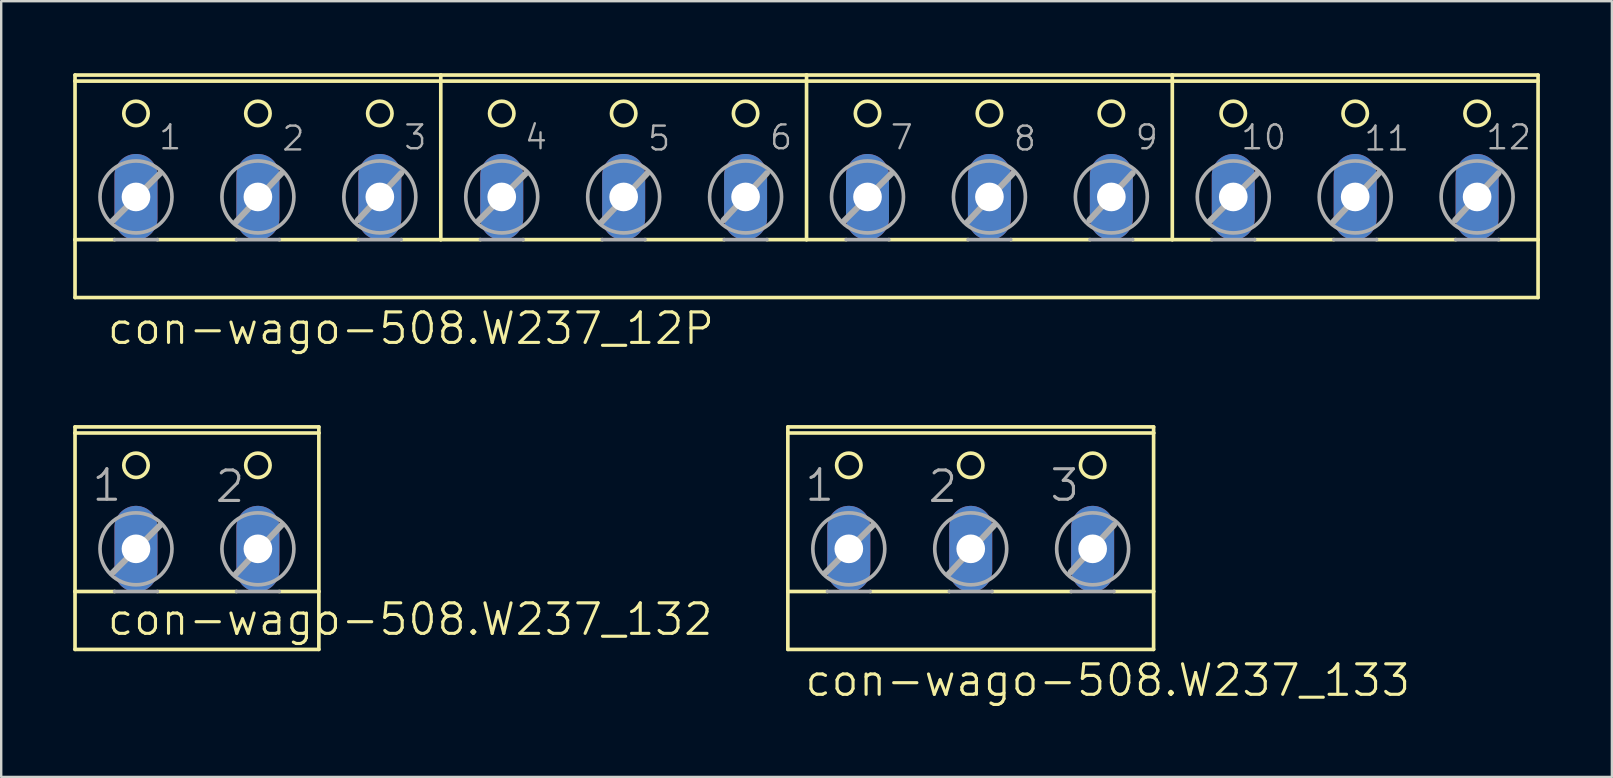
<source format=kicad_pcb>
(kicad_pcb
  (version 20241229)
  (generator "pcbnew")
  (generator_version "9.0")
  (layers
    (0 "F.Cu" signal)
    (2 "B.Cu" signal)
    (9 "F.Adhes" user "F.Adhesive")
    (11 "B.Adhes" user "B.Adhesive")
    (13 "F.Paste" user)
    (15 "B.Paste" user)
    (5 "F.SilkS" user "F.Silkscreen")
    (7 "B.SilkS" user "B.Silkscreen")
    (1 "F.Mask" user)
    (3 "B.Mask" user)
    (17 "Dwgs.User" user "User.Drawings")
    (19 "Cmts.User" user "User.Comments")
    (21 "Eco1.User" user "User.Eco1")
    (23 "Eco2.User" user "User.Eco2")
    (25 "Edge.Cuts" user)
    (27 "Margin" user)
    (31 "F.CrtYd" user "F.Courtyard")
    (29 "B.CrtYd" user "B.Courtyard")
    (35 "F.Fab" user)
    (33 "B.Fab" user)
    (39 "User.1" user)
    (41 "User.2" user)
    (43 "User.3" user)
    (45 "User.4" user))
  (footprint "con-wago-508.W237_12P"
    (layer "F.Cu")
    (at 30.556 4.521)
    (property "Reference" "con-wago-508.W237_12P" (at -29.21 6.858 0) (layer "F.SilkS") (effects (font (size 1.27 1.27) (thickness 0.13)) (justify left bottom)))
    (attr through_hole)
    (fp_line (start -30.48 -4.191) (end -30.48 -4.445) (stroke (width 0.152) (type default)) (layer "F.SilkS"))
    (fp_line (start -30.48 2.413) (end -30.48 -4.191) (stroke (width 0.152) (type default)) (layer "F.SilkS"))
    (fp_line (start -30.48 2.413) (end -28.829 2.413) (stroke (width 0.152) (type default)) (layer "F.SilkS"))
    (fp_line (start -30.48 4.826) (end -30.48 2.413) (stroke (width 0.152) (type default)) (layer "F.SilkS"))
    (fp_line (start -30.48 4.826) (end 30.48 4.826) (stroke (width 0.152) (type default)) (layer "F.SilkS"))
    (fp_line (start -27.051 2.413) (end -23.749 2.413) (stroke (width 0.152) (type default)) (layer "F.SilkS"))
    (fp_line (start -21.971 2.413) (end -18.669 2.413) (stroke (width 0.152) (type default)) (layer "F.SilkS"))
    (fp_line (start -16.891 2.413) (end -15.24 2.413) (stroke (width 0.152) (type default)) (layer "F.SilkS"))
    (fp_line (start -15.24 -4.445) (end -30.48 -4.445) (stroke (width 0.152) (type default)) (layer "F.SilkS"))
    (fp_line (start -15.24 -4.445) (end -15.24 2.413) (stroke (width 0.152) (type default)) (layer "F.SilkS"))
    (fp_line (start -15.24 2.413) (end -13.589 2.413) (stroke (width 0.152) (type default)) (layer "F.SilkS"))
    (fp_line (start -11.811 2.413) (end -8.509 2.413) (stroke (width 0.152) (type default)) (layer "F.SilkS"))
    (fp_line (start -6.731 2.413) (end -3.429 2.413) (stroke (width 0.152) (type default)) (layer "F.SilkS"))
    (fp_line (start -1.651 2.413) (end 0 2.413) (stroke (width 0.152) (type default)) (layer "F.SilkS"))
    (fp_line (start 0 -4.445) (end -15.24 -4.445) (stroke (width 0.152) (type default)) (layer "F.SilkS"))
    (fp_line (start 0 -4.445) (end 0 2.413) (stroke (width 0.152) (type default)) (layer "F.SilkS"))
    (fp_line (start 0 2.413) (end 1.651 2.413) (stroke (width 0.152) (type default)) (layer "F.SilkS"))
    (fp_line (start 3.429 2.413) (end 6.731 2.413) (stroke (width 0.152) (type default)) (layer "F.SilkS"))
    (fp_line (start 8.509 2.413) (end 11.811 2.413) (stroke (width 0.152) (type default)) (layer "F.SilkS"))
    (fp_line (start 13.589 2.413) (end 15.24 2.413) (stroke (width 0.152) (type default)) (layer "F.SilkS"))
    (fp_line (start 15.24 -4.445) (end 0 -4.445) (stroke (width 0.152) (type default)) (layer "F.SilkS"))
    (fp_line (start 15.24 -4.445) (end 15.24 2.413) (stroke (width 0.152) (type default)) (layer "F.SilkS"))
    (fp_line (start 15.24 2.413) (end 16.891 2.413) (stroke (width 0.152) (type default)) (layer "F.SilkS"))
    (fp_line (start 18.669 2.413) (end 21.971 2.413) (stroke (width 0.152) (type default)) (layer "F.SilkS"))
    (fp_line (start 23.749 2.413) (end 27.051 2.413) (stroke (width 0.152) (type default)) (layer "F.SilkS"))
    (fp_line (start 28.829 2.413) (end 30.48 2.413) (stroke (width 0.152) (type default)) (layer "F.SilkS"))
    (fp_line (start 30.48 -4.445) (end 15.24 -4.445) (stroke (width 0.152) (type default)) (layer "F.SilkS"))
    (fp_line (start 30.48 -4.445) (end 30.48 -4.191) (stroke (width 0.152) (type default)) (layer "F.SilkS"))
    (fp_line (start 30.48 -4.191) (end -30.48 -4.191) (stroke (width 0.152) (type default)) (layer "F.SilkS"))
    (fp_line (start 30.48 -4.191) (end 30.48 2.413) (stroke (width 0.152) (type default)) (layer "F.SilkS"))
    (fp_line (start 30.48 2.413) (end 30.48 4.826) (stroke (width 0.152) (type default)) (layer "F.SilkS"))
    (fp_circle (center -27.94 -2.845) (end -27.432 -2.845) (stroke (width 0.152) (type default)) (fill no) (layer "F.SilkS"))
    (fp_circle (center -22.86 -2.845) (end -22.352 -2.845) (stroke (width 0.152) (type default)) (fill no) (layer "F.SilkS"))
    (fp_circle (center -17.78 -2.845) (end -17.272 -2.845) (stroke (width 0.152) (type default)) (fill no) (layer "F.SilkS"))
    (fp_circle (center -12.7 -2.845) (end -12.192 -2.845) (stroke (width 0.152) (type default)) (fill no) (layer "F.SilkS"))
    (fp_circle (center -7.62 -2.845) (end -7.112 -2.845) (stroke (width 0.152) (type default)) (fill no) (layer "F.SilkS"))
    (fp_circle (center -2.54 -2.845) (end -2.032 -2.845) (stroke (width 0.152) (type default)) (fill no) (layer "F.SilkS"))
    (fp_circle (center 2.54 -2.845) (end 3.048 -2.845) (stroke (width 0.152) (type default)) (fill no) (layer "F.SilkS"))
    (fp_circle (center 7.62 -2.845) (end 8.128 -2.845) (stroke (width 0.152) (type default)) (fill no) (layer "F.SilkS"))
    (fp_circle (center 12.7 -2.845) (end 13.208 -2.845) (stroke (width 0.152) (type default)) (fill no) (layer "F.SilkS"))
    (fp_circle (center 17.78 -2.845) (end 18.288 -2.845) (stroke (width 0.152) (type default)) (fill no) (layer "F.SilkS"))
    (fp_circle (center 22.86 -2.845) (end 23.368 -2.845) (stroke (width 0.152) (type default)) (fill no) (layer "F.SilkS"))
    (fp_circle (center 27.94 -2.845) (end 28.448 -2.845) (stroke (width 0.152) (type default)) (fill no) (layer "F.SilkS"))
    (fp_line (start -28.931 1.651) (end -26.924 -0.356) (stroke (width 0.254) (type default)) (layer "F.Fab"))
    (fp_line (start -28.829 2.413) (end -27.051 2.413) (stroke (width 0.152) (type default)) (layer "F.Fab"))
    (fp_line (start -23.774 1.676) (end -21.869 -0.356) (stroke (width 0.254) (type default)) (layer "F.Fab"))
    (fp_line (start -23.749 2.413) (end -21.971 2.413) (stroke (width 0.152) (type default)) (layer "F.Fab"))
    (fp_line (start -18.694 1.6) (end -16.891 -0.356) (stroke (width 0.254) (type default)) (layer "F.Fab"))
    (fp_line (start -18.669 2.413) (end -16.891 2.413) (stroke (width 0.152) (type default)) (layer "F.Fab"))
    (fp_line (start -13.691 1.651) (end -11.684 -0.356) (stroke (width 0.254) (type default)) (layer "F.Fab"))
    (fp_line (start -13.589 2.413) (end -11.811 2.413) (stroke (width 0.152) (type default)) (layer "F.Fab"))
    (fp_line (start -8.534 1.676) (end -6.629 -0.356) (stroke (width 0.254) (type default)) (layer "F.Fab"))
    (fp_line (start -8.509 2.413) (end -6.731 2.413) (stroke (width 0.152) (type default)) (layer "F.Fab"))
    (fp_line (start -3.454 1.6) (end -1.651 -0.356) (stroke (width 0.254) (type default)) (layer "F.Fab"))
    (fp_line (start -3.429 2.413) (end -1.651 2.413) (stroke (width 0.152) (type default)) (layer "F.Fab"))
    (fp_line (start 1.549 1.651) (end 3.556 -0.356) (stroke (width 0.254) (type default)) (layer "F.Fab"))
    (fp_line (start 1.651 2.413) (end 3.429 2.413) (stroke (width 0.152) (type default)) (layer "F.Fab"))
    (fp_line (start 6.706 1.676) (end 8.611 -0.356) (stroke (width 0.254) (type default)) (layer "F.Fab"))
    (fp_line (start 6.731 2.413) (end 8.509 2.413) (stroke (width 0.152) (type default)) (layer "F.Fab"))
    (fp_line (start 11.786 1.6) (end 13.589 -0.356) (stroke (width 0.254) (type default)) (layer "F.Fab"))
    (fp_line (start 11.811 2.413) (end 13.589 2.413) (stroke (width 0.152) (type default)) (layer "F.Fab"))
    (fp_line (start 16.789 1.651) (end 18.796 -0.356) (stroke (width 0.254) (type default)) (layer "F.Fab"))
    (fp_line (start 16.891 2.413) (end 18.669 2.413) (stroke (width 0.152) (type default)) (layer "F.Fab"))
    (fp_line (start 21.946 1.676) (end 23.851 -0.356) (stroke (width 0.254) (type default)) (layer "F.Fab"))
    (fp_line (start 21.971 2.413) (end 23.749 2.413) (stroke (width 0.152) (type default)) (layer "F.Fab"))
    (fp_line (start 27.026 1.6) (end 28.829 -0.356) (stroke (width 0.254) (type default)) (layer "F.Fab"))
    (fp_line (start 27.051 2.413) (end 28.829 2.413) (stroke (width 0.152) (type default)) (layer "F.Fab"))
    (fp_circle (center -27.94 0.635) (end -26.441 0.635) (stroke (width 0.152) (type default)) (fill no) (layer "F.Fab"))
    (fp_circle (center -22.86 0.635) (end -21.361 0.635) (stroke (width 0.152) (type default)) (fill no) (layer "F.Fab"))
    (fp_circle (center -17.78 0.635) (end -16.281 0.635) (stroke (width 0.152) (type default)) (fill no) (layer "F.Fab"))
    (fp_circle (center -12.7 0.635) (end -11.201 0.635) (stroke (width 0.152) (type default)) (fill no) (layer "F.Fab"))
    (fp_circle (center -7.62 0.635) (end -6.121 0.635) (stroke (width 0.152) (type default)) (fill no) (layer "F.Fab"))
    (fp_circle (center -2.54 0.635) (end -1.041 0.635) (stroke (width 0.152) (type default)) (fill no) (layer "F.Fab"))
    (fp_circle (center 2.54 0.635) (end 4.039 0.635) (stroke (width 0.152) (type default)) (fill no) (layer "F.Fab"))
    (fp_circle (center 7.62 0.635) (end 9.119 0.635) (stroke (width 0.152) (type default)) (fill no) (layer "F.Fab"))
    (fp_circle (center 12.7 0.635) (end 14.199 0.635) (stroke (width 0.152) (type default)) (fill no) (layer "F.Fab"))
    (fp_circle (center 17.78 0.635) (end 19.279 0.635) (stroke (width 0.152) (type default)) (fill no) (layer "F.Fab"))
    (fp_circle (center 22.86 0.635) (end 24.359 0.635) (stroke (width 0.152) (type default)) (fill no) (layer "F.Fab"))
    (fp_circle (center 27.94 0.635) (end 29.439 0.635) (stroke (width 0.152) (type default)) (fill no) (layer "F.Fab"))
    (fp_text user "10" (at 18.034 -1.27 0) (layer "F.Fab") (effects (font (size 0.991 0.991) (thickness 0.1)) (justify left bottom)))
    (fp_text user "1" (at -27.051 -1.27 0) (layer "F.Fab") (effects (font (size 0.991 0.991) (thickness 0.1)) (justify left bottom)))
    (fp_text user "6" (at -1.6 -1.27 0) (layer "F.Fab") (effects (font (size 0.991 0.991) (thickness 0.1)) (justify left bottom)))
    (fp_text user "8" (at 8.56 -1.219 0) (layer "F.Fab") (effects (font (size 0.991 0.991) (thickness 0.1)) (justify left bottom)))
    (fp_text user "11" (at 23.165 -1.219 0) (layer "F.Fab") (effects (font (size 0.991 0.991) (thickness 0.1)) (justify left bottom)))
    (fp_text user "9" (at 13.64 -1.27 0) (layer "F.Fab") (effects (font (size 0.991 0.991) (thickness 0.1)) (justify left bottom)))
    (fp_text user "5" (at -6.68 -1.219 0) (layer "F.Fab") (effects (font (size 0.991 0.991) (thickness 0.1)) (justify left bottom)))
    (fp_text user "3" (at -16.84 -1.27 0) (layer "F.Fab") (effects (font (size 0.991 0.991) (thickness 0.1)) (justify left bottom)))
    (fp_text user "2" (at -21.92 -1.219 0) (layer "F.Fab") (effects (font (size 0.991 0.991) (thickness 0.1)) (justify left bottom)))
    (fp_text user "4" (at -11.811 -1.27 0) (layer "F.Fab") (effects (font (size 0.991 0.991) (thickness 0.1)) (justify left bottom)))
    (fp_text user "7" (at 3.429 -1.27 0) (layer "F.Fab") (effects (font (size 0.991 0.991) (thickness 0.1)) (justify left bottom)))
    (fp_text user "12" (at 28.245 -1.27 0) (layer "F.Fab") (effects (font (size 0.991 0.991) (thickness 0.1)) (justify left bottom)))
    (pad "1" thru_hole oval (at -27.94 0.635 90) (size 3.581 1.791) (drill 1.194) (layers "*.Cu" "*.Mask"))
    (pad "2" thru_hole oval (at -22.86 0.635 90) (size 3.581 1.791) (drill 1.194) (layers "*.Cu" "*.Mask"))
    (pad "3" thru_hole oval (at -17.78 0.635 90) (size 3.581 1.791) (drill 1.194) (layers "*.Cu" "*.Mask"))
    (pad "4" thru_hole oval (at -12.7 0.635 90) (size 3.581 1.791) (drill 1.194) (layers "*.Cu" "*.Mask"))
    (pad "5" thru_hole oval (at -7.62 0.635 90) (size 3.581 1.791) (drill 1.194) (layers "*.Cu" "*.Mask"))
    (pad "6" thru_hole oval (at -2.54 0.635 90) (size 3.581 1.791) (drill 1.194) (layers "*.Cu" "*.Mask"))
    (pad "7" thru_hole oval (at 2.54 0.635 90) (size 3.581 1.791) (drill 1.194) (layers "*.Cu" "*.Mask"))
    (pad "8" thru_hole oval (at 7.62 0.635 90) (size 3.581 1.791) (drill 1.194) (layers "*.Cu" "*.Mask"))
    (pad "9" thru_hole oval (at 12.7 0.635 90) (size 3.581 1.791) (drill 1.194) (layers "*.Cu" "*.Mask"))
    (pad "10" thru_hole oval (at 17.78 0.635 90) (size 3.581 1.791) (drill 1.194) (layers "*.Cu" "*.Mask"))
    (pad "11" thru_hole oval (at 22.86 0.635 90) (size 3.581 1.791) (drill 1.194) (layers "*.Cu" "*.Mask"))
    (pad "12" thru_hole oval (at 27.94 0.635 90) (size 3.581 1.791) (drill 1.194) (layers "*.Cu" "*.Mask")))
  (footprint "con-wago-508.W237_133"
    (layer "F.Cu")
    (at 37.397 19.183)
    (property "Reference" "con-wago-508.W237_133" (at -6.985 6.858 0) (layer "F.SilkS") (effects (font (size 1.27 1.27) (thickness 0.13)) (justify left bottom)))
    (attr through_hole)
    (fp_line (start -7.62 -4.445) (end 7.62 -4.445) (stroke (width 0.152) (type default)) (layer "F.SilkS"))
    (fp_line (start -7.62 -4.191) (end -7.62 -4.445) (stroke (width 0.152) (type default)) (layer "F.SilkS"))
    (fp_line (start -7.62 2.413) (end -7.62 -4.191) (stroke (width 0.152) (type default)) (layer "F.SilkS"))
    (fp_line (start -7.62 2.413) (end -5.969 2.413) (stroke (width 0.152) (type default)) (layer "F.SilkS"))
    (fp_line (start -7.62 4.826) (end -7.62 2.413) (stroke (width 0.152) (type default)) (layer "F.SilkS"))
    (fp_line (start -7.62 4.826) (end 7.62 4.826) (stroke (width 0.152) (type default)) (layer "F.SilkS"))
    (fp_line (start -4.191 2.413) (end -0.889 2.413) (stroke (width 0.152) (type default)) (layer "F.SilkS"))
    (fp_line (start 0.889 2.413) (end 4.191 2.413) (stroke (width 0.152) (type default)) (layer "F.SilkS"))
    (fp_line (start 5.969 2.413) (end 7.62 2.413) (stroke (width 0.152) (type default)) (layer "F.SilkS"))
    (fp_line (start 7.62 -4.191) (end -7.62 -4.191) (stroke (width 0.152) (type default)) (layer "F.SilkS"))
    (fp_line (start 7.62 -4.191) (end 7.62 -4.445) (stroke (width 0.152) (type default)) (layer "F.SilkS"))
    (fp_line (start 7.62 -4.191) (end 7.62 2.413) (stroke (width 0.152) (type default)) (layer "F.SilkS"))
    (fp_line (start 7.62 2.413) (end 7.62 4.826) (stroke (width 0.152) (type default)) (layer "F.SilkS"))
    (fp_circle (center -5.08 -2.845) (end -4.572 -2.845) (stroke (width 0.152) (type default)) (fill no) (layer "F.SilkS"))
    (fp_circle (center 0 -2.845) (end 0.508 -2.845) (stroke (width 0.152) (type default)) (fill no) (layer "F.SilkS"))
    (fp_circle (center 5.08 -2.845) (end 5.588 -2.845) (stroke (width 0.152) (type default)) (fill no) (layer "F.SilkS"))
    (fp_line (start -6.071 1.651) (end -4.064 -0.356) (stroke (width 0.254) (type default)) (layer "F.Fab"))
    (fp_line (start -5.969 2.413) (end -4.191 2.413) (stroke (width 0.152) (type default)) (layer "F.Fab"))
    (fp_line (start -0.914 1.676) (end 0.991 -0.356) (stroke (width 0.254) (type default)) (layer "F.Fab"))
    (fp_line (start -0.889 2.413) (end 0.889 2.413) (stroke (width 0.152) (type default)) (layer "F.Fab"))
    (fp_line (start 4.166 1.6) (end 5.969 -0.356) (stroke (width 0.254) (type default)) (layer "F.Fab"))
    (fp_line (start 4.191 2.413) (end 5.969 2.413) (stroke (width 0.152) (type default)) (layer "F.Fab"))
    (fp_circle (center -5.08 0.635) (end -3.581 0.635) (stroke (width 0.152) (type default)) (fill no) (layer "F.Fab"))
    (fp_circle (center 0 0.635) (end 1.499 0.635) (stroke (width 0.152) (type default)) (fill no) (layer "F.Fab"))
    (fp_circle (center 5.08 0.635) (end 6.579 0.635) (stroke (width 0.152) (type default)) (fill no) (layer "F.Fab"))
    (fp_text user "3" (at 3.226 -1.27 0) (layer "F.Fab") (effects (font (size 1.27 1.27) (thickness 0.13)) (justify left bottom)))
    (fp_text user "2" (at -1.854 -1.219 0) (layer "F.Fab") (effects (font (size 1.27 1.27) (thickness 0.13)) (justify left bottom)))
    (fp_text user "1" (at -6.985 -1.27 0) (layer "F.Fab") (effects (font (size 1.27 1.27) (thickness 0.13)) (justify left bottom)))
    (pad "1" thru_hole oval (at -5.08 0.635 90) (size 3.581 1.791) (drill 1.194) (layers "*.Cu" "*.Mask"))
    (pad "2" thru_hole oval (at 0 0.635 90) (size 3.581 1.791) (drill 1.194) (layers "*.Cu" "*.Mask"))
    (pad "3" thru_hole oval (at 5.08 0.635 90) (size 3.581 1.791) (drill 1.194) (layers "*.Cu" "*.Mask")))
  (footprint "con-wago-508.W237_132"
    (layer "F.Cu")
    (at 5.156 19.183)
    (property "Reference" "con-wago-508.W237_132" (at -3.81 4.318 0) (layer "F.SilkS") (effects (font (size 1.27 1.27) (thickness 0.13)) (justify left bottom)))
    (attr through_hole)
    (fp_line (start -5.08 -4.445) (end 5.08 -4.445) (stroke (width 0.152) (type default)) (layer "F.SilkS"))
    (fp_line (start -5.08 -4.191) (end -5.08 -4.445) (stroke (width 0.152) (type default)) (layer "F.SilkS"))
    (fp_line (start -5.08 -4.191) (end -5.08 2.413) (stroke (width 0.152) (type default)) (layer "F.SilkS"))
    (fp_line (start -5.08 -4.191) (end 5.08 -4.191) (stroke (width 0.152) (type default)) (layer "F.SilkS"))
    (fp_line (start -5.08 2.413) (end -5.08 4.826) (stroke (width 0.152) (type default)) (layer "F.SilkS"))
    (fp_line (start -5.08 2.413) (end -3.429 2.413) (stroke (width 0.152) (type default)) (layer "F.SilkS"))
    (fp_line (start -1.651 2.413) (end 1.651 2.413) (stroke (width 0.152) (type default)) (layer "F.SilkS"))
    (fp_line (start 3.429 2.413) (end 5.08 2.413) (stroke (width 0.152) (type default)) (layer "F.SilkS"))
    (fp_line (start 5.08 -4.191) (end 5.08 -4.445) (stroke (width 0.152) (type default)) (layer "F.SilkS"))
    (fp_line (start 5.08 2.413) (end 5.08 -4.191) (stroke (width 0.152) (type default)) (layer "F.SilkS"))
    (fp_line (start 5.08 4.826) (end -5.08 4.826) (stroke (width 0.152) (type default)) (layer "F.SilkS"))
    (fp_line (start 5.08 4.826) (end 5.08 2.413) (stroke (width 0.152) (type default)) (layer "F.SilkS"))
    (fp_circle (center -2.54 -2.845) (end -2.032 -2.845) (stroke (width 0.152) (type default)) (fill no) (layer "F.SilkS"))
    (fp_circle (center 2.54 -2.845) (end 3.048 -2.845) (stroke (width 0.152) (type default)) (fill no) (layer "F.SilkS"))
    (fp_line (start -3.531 1.651) (end -1.524 -0.356) (stroke (width 0.254) (type default)) (layer "F.Fab"))
    (fp_line (start -3.429 2.413) (end -1.651 2.413) (stroke (width 0.152) (type default)) (layer "F.Fab"))
    (fp_line (start 1.626 1.676) (end 3.531 -0.356) (stroke (width 0.254) (type default)) (layer "F.Fab"))
    (fp_line (start 1.651 2.413) (end 3.429 2.413) (stroke (width 0.152) (type default)) (layer "F.Fab"))
    (fp_circle (center -2.54 0.635) (end -1.041 0.635) (stroke (width 0.152) (type default)) (fill no) (layer "F.Fab"))
    (fp_circle (center 2.54 0.635) (end 4.039 0.635) (stroke (width 0.152) (type default)) (fill no) (layer "F.Fab"))
    (fp_text user "2" (at 0.686 -1.219 0) (layer "F.Fab") (effects (font (size 1.27 1.27) (thickness 0.13)) (justify left bottom)))
    (fp_text user "1" (at -4.445 -1.27 0) (layer "F.Fab") (effects (font (size 1.27 1.27) (thickness 0.13)) (justify left bottom)))
    (pad "1" thru_hole oval (at -2.54 0.635 90) (size 3.581 1.791) (drill 1.194) (layers "*.Cu" "*.Mask"))
    (pad "2" thru_hole oval (at 2.54 0.635 90) (size 3.581 1.791) (drill 1.194) (layers "*.Cu" "*.Mask")))
  (gr_rect
    (start -3 -3)
    (end 64.112 29.323)
    (stroke (width 0.1) (type default))
    (fill no)
    (layer "Edge.Cuts")))
</source>
